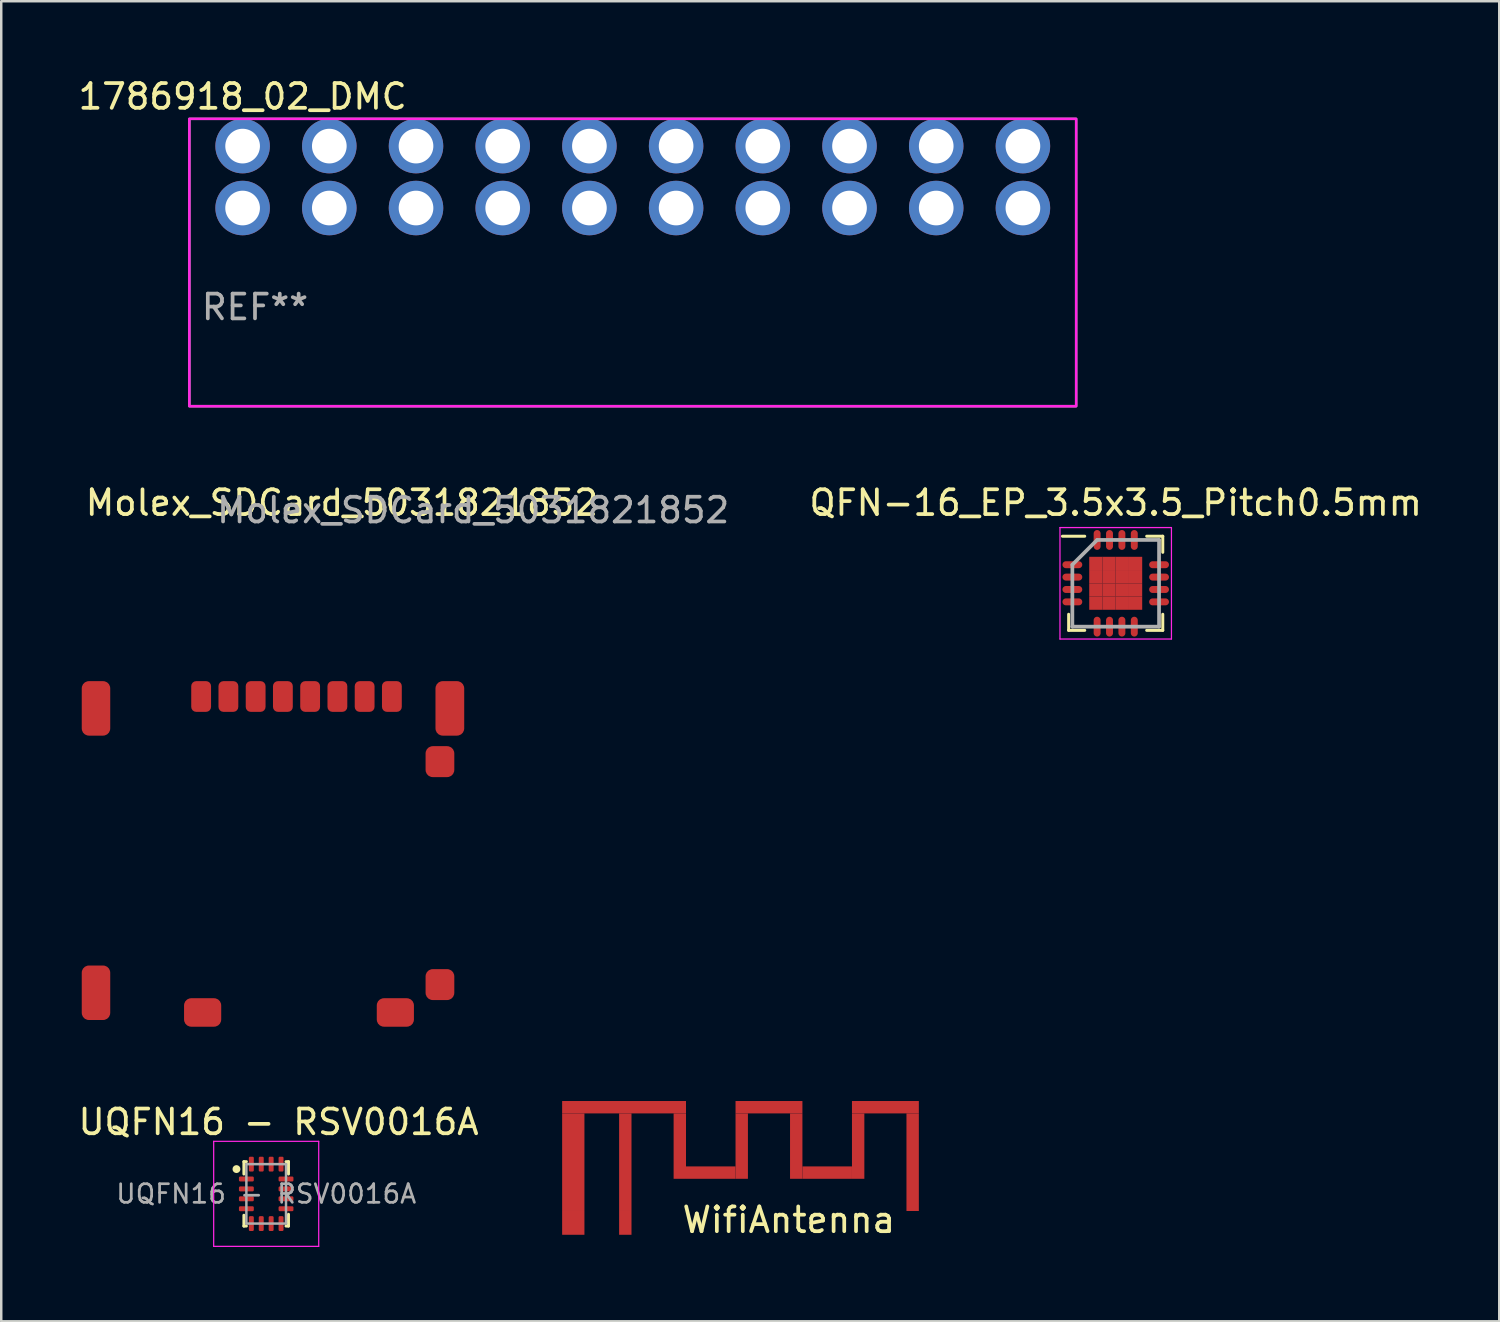
<source format=kicad_pcb>
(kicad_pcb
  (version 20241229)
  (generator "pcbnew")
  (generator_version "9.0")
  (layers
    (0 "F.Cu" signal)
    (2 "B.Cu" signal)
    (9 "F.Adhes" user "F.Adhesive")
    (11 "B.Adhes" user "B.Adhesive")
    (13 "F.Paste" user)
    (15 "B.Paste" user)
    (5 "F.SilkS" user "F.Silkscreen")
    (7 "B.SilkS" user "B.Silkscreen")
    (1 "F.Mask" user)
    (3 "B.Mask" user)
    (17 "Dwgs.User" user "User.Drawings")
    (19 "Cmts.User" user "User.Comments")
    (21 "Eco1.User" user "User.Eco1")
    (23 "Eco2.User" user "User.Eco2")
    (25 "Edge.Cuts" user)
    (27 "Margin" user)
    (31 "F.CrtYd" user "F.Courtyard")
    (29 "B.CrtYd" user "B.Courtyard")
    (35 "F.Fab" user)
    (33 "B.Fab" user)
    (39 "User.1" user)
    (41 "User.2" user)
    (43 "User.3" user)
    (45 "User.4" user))
  (footprint "1786918_02_DMC"
    (layer "F.Cu")
    (at 6.744 2.848)
    (property "Reference" "1786918_02_DMC" (at 0 -2 0) (unlocked yes) (layer "F.SilkS") (effects (font (size 1 1) (thickness 0.15))))
    (attr through_hole)
    (fp_rect (start -2.15 -1.1) (end 33.65 10.5) (stroke (width 0.1) (type solid)) (fill no) (layer "F.CrtYd"))
    (fp_rect (start -2.15 -1.1) (end 33.65 10.5) (stroke (width 0.1) (type solid)) (fill no) (layer "F.Fab"))
    (fp_text user "REF**" (at 0.5 6.5 0) (unlocked yes) (layer "F.Fab") (effects (font (size 1 1) (thickness 0.15))))
    (pad "1" thru_hole circle (at 0 0) (size 2.2 2.2) (drill 1.4) (layers "*.Cu" "*.Mask"))
    (pad "2" thru_hole circle (at 3.5 0) (size 2.2 2.2) (drill 1.4) (layers "*.Cu" "*.Mask"))
    (pad "3" thru_hole circle (at 7 0) (size 2.2 2.2) (drill 1.4) (layers "*.Cu" "*.Mask"))
    (pad "4" thru_hole circle (at 10.5 0) (size 2.2 2.2) (drill 1.4) (layers "*.Cu" "*.Mask"))
    (pad "5" thru_hole circle (at 14 0) (size 2.2 2.2) (drill 1.4) (layers "*.Cu" "*.Mask"))
    (pad "6" thru_hole circle (at 17.5 0) (size 2.2 2.2) (drill 1.4) (layers "*.Cu" "*.Mask"))
    (pad "7" thru_hole circle (at 21 0) (size 2.2 2.2) (drill 1.4) (layers "*.Cu" "*.Mask"))
    (pad "8" thru_hole circle (at 24.5 0) (size 2.2 2.2) (drill 1.4) (layers "*.Cu" "*.Mask"))
    (pad "9" thru_hole circle (at 28 0) (size 2.2 2.2) (drill 1.4) (layers "*.Cu" "*.Mask"))
    (pad "10" thru_hole circle (at 31.5 0) (size 2.2 2.2) (drill 1.4) (layers "*.Cu" "*.Mask"))
    (pad "11" thru_hole circle (at 0 2.5) (size 2.2 2.2) (drill 1.4) (layers "*.Cu" "*.Mask"))
    (pad "12" thru_hole circle (at 3.5 2.5) (size 2.2 2.2) (drill 1.4) (layers "*.Cu" "*.Mask"))
    (pad "13" thru_hole circle (at 7 2.5) (size 2.2 2.2) (drill 1.4) (layers "*.Cu" "*.Mask"))
    (pad "14" thru_hole circle (at 10.5 2.5) (size 2.2 2.2) (drill 1.4) (layers "*.Cu" "*.Mask"))
    (pad "15" thru_hole circle (at 14 2.5) (size 2.2 2.2) (drill 1.4) (layers "*.Cu" "*.Mask"))
    (pad "16" thru_hole circle (at 17.5 2.5) (size 2.2 2.2) (drill 1.4) (layers "*.Cu" "*.Mask"))
    (pad "17" thru_hole circle (at 21 2.5) (size 2.2 2.2) (drill 1.4) (layers "*.Cu" "*.Mask"))
    (pad "18" thru_hole circle (at 24.5 2.5) (size 2.2 2.2) (drill 1.4) (layers "*.Cu" "*.Mask"))
    (pad "19" thru_hole circle (at 28 2.5) (size 2.2 2.2) (drill 1.4) (layers "*.Cu" "*.Mask"))
    (pad "20" thru_hole circle (at 31.5 2.5) (size 2.2 2.2) (drill 1.4) (layers "*.Cu" "*.Mask")))
  (footprint "WifiAntenna"
    (layer "F.Cu")
    (at 19.643 46.797)
    (property "Reference" "WifiAntenna" (at 9.15 -0.6 0) (unlocked yes) (layer "F.SilkS") (effects (font (size 1 1) (thickness 0.15))))
    (attr smd)
    (fp_rect (start 0 -5.4) (end 5 -4.9) (stroke (width 0) (type solid)) (fill yes) (layer "F.Cu"))
    (fp_rect (start 0.9 -1) (end 0 -4.9) (stroke (width 0) (type solid)) (fill yes) (layer "F.Cu"))
    (fp_rect (start 2.8 -1) (end 2.3 -4.9) (stroke (width 0) (type solid)) (fill yes) (layer "F.Cu"))
    (fp_rect (start 4.5 -4.9) (end 5 -2.26) (stroke (width 0) (type solid)) (fill yes) (layer "F.Cu"))
    (fp_rect (start 5 -2.76) (end 7 -2.26) (stroke (width 0) (type solid)) (fill yes) (layer "F.Cu"))
    (fp_rect (start 7 -5.4) (end 9.7 -4.9) (stroke (width 0) (type solid)) (fill yes) (layer "F.Cu"))
    (fp_rect (start 7 -4.9) (end 7.5 -2.26) (stroke (width 0) (type solid)) (fill yes) (layer "F.Cu"))
    (fp_rect (start 9.2 -4.9) (end 9.7 -2.26) (stroke (width 0) (type solid)) (fill yes) (layer "F.Cu"))
    (fp_rect (start 9.7 -2.76) (end 11.7 -2.26) (stroke (width 0) (type solid)) (fill yes) (layer "F.Cu"))
    (fp_rect (start 11.7 -5.4) (end 14.4 -4.9) (stroke (width 0) (type solid)) (fill yes) (layer "F.Cu"))
    (fp_rect (start 11.7 -4.9) (end 12.2 -2.26) (stroke (width 0) (type solid)) (fill yes) (layer "F.Cu"))
    (fp_rect (start 13.9 -4.9) (end 14.4 -0.96) (stroke (width 0) (type solid)) (fill yes) (layer "F.Cu"))
    (pad "1" smd rect (at 2.55 -0.5) (size 0.5 1) (layers "F.Cu" "F.Mask" "F.Paste"))
    (pad "2" smd rect (at 0.45 -0.5) (size 0.9 1) (layers "F.Cu" "F.Mask" "F.Paste")))
  (footprint "Molex_SDCard_5031821852"
    (layer "F.Cu")
    (at 0.25 24.447)
    (property "Reference" "Molex_SDCard_5031821852" (at 10.5 -7.2 0) (unlocked yes) (layer "F.SilkS") (effects (font (size 1 1) (thickness 0.15))))
    (fp_text user "${REFERENCE}" (at 15.8 -6.9 0) (unlocked yes) (layer "F.Fab") (effects (font (size 1 1) (thickness 0.15))))
    (pad "1" smd roundrect (at 4.82 0.62) (size 0.8 1.24) (layers "F.Cu" "F.Mask" "F.Paste") (roundrect_rratio 0.25))
    (pad "2" smd roundrect (at 5.92 0.62) (size 0.8 1.24) (layers "F.Cu" "F.Mask" "F.Paste") (roundrect_rratio 0.25))
    (pad "3" smd roundrect (at 7.02 0.62) (size 0.8 1.24) (layers "F.Cu" "F.Mask" "F.Paste") (roundrect_rratio 0.25))
    (pad "4" smd roundrect (at 8.12 0.62) (size 0.8 1.24) (layers "F.Cu" "F.Mask" "F.Paste") (roundrect_rratio 0.25))
    (pad "5" smd roundrect (at 9.22 0.62) (size 0.8 1.24) (layers "F.Cu" "F.Mask" "F.Paste") (roundrect_rratio 0.25))
    (pad "6" smd roundrect (at 10.32 0.62) (size 0.8 1.24) (layers "F.Cu" "F.Mask" "F.Paste") (roundrect_rratio 0.25))
    (pad "7" smd roundrect (at 11.42 0.62) (size 0.8 1.24) (layers "F.Cu" "F.Mask" "F.Paste") (roundrect_rratio 0.25))
    (pad "8" smd roundrect (at 12.52 0.62) (size 0.8 1.24) (layers "F.Cu" "F.Mask" "F.Paste") (roundrect_rratio 0.25))
    (pad "9" smd roundrect (at 14.46 3.25) (size 1.16 1.25) (layers "F.Cu" "F.Mask" "F.Paste") (roundrect_rratio 0.25))
    (pad "10" smd roundrect (at 14.46 12.25) (size 1.16 1.25) (layers "F.Cu" "F.Mask" "F.Paste") (roundrect_rratio 0.25))
    (pad "11" smd roundrect (at 14.86 1.1) (size 1.16 2.2) (layers "F.Cu" "F.Mask" "F.Paste") (roundrect_rratio 0.25))
    (pad "12" smd roundrect (at 12.66 13.375) (size 1.5 1.15) (layers "F.Cu" "F.Mask" "F.Paste") (roundrect_rratio 0.25))
    (pad "13" smd roundrect (at 4.88 13.375) (size 1.5 1.15) (layers "F.Cu" "F.Mask" "F.Paste") (roundrect_rratio 0.25))
    (pad "14" smd roundrect (at 0.575 12.58) (size 1.15 2.2) (layers "F.Cu" "F.Mask" "F.Paste") (roundrect_rratio 0.25))
    (pad "15" smd roundrect (at 0.575 1.1) (size 1.15 2.2) (layers "F.Cu" "F.Mask" "F.Paste") (roundrect_rratio 0.25))
    (zone (net_name "") (layer "F.Cu") (hatch edge 0.508) (connect_pads) (min_thickness 0.254) (filled_areas_thickness no) (keepout (tracks not_allowed) (vias not_allowed) (pads not_allowed) (copperpour not_allowed) (footprints allowed)) (placement (enabled no)) (fill) (polygon (pts (xy 13.35 34.947) (xy 4.45 34.947) (xy 4.45 26.047) (xy 13.35 26.047)))))
  (footprint "UQFN16 - RSV0016A"
    (layer "F.Cu")
    (at 7.696 45.145)
    (property "Reference" "UQFN16 - RSV0016A" (at 0.5 -2.9 0) (unlocked yes) (layer "F.SilkS") (effects (font (size 1 1) (thickness 0.15))))
    (attr smd)
    (fp_line (start -0.9 -1.3) (end -0.9 -0.8) (stroke (width 0.12) (type solid)) (layer "F.SilkS"))
    (fp_line (start -0.9 -1.3) (end -0.8 -1.3) (stroke (width 0.12) (type solid)) (layer "F.SilkS"))
    (fp_line (start -0.9 1.3) (end -0.9 0.863) (stroke (width 0.12) (type solid)) (layer "F.SilkS"))
    (fp_line (start -0.8 1.3) (end -0.9 1.3) (stroke (width 0.12) (type solid)) (layer "F.SilkS"))
    (fp_line (start 0.8 -1.3) (end 0.9 -1.3) (stroke (width 0.12) (type solid)) (layer "F.SilkS"))
    (fp_line (start 0.8 1.3) (end 0.9 1.3) (stroke (width 0.12) (type solid)) (layer "F.SilkS"))
    (fp_line (start 0.9 -1.3) (end 0.9 -0.8) (stroke (width 0.12) (type solid)) (layer "F.SilkS"))
    (fp_line (start 0.9 1.3) (end 0.9 0.825) (stroke (width 0.12) (type solid)) (layer "F.SilkS"))
    (fp_circle (center -1.2 -1) (end -1.2 -1.1) (stroke (width 0.12) (type solid)) (fill no) (layer "F.SilkS"))
    (fp_circle (center -1.2 -1) (end -1.2 -1) (stroke (width 0.12) (type solid)) (fill no) (layer "F.SilkS"))
    (fp_line (start -2.12 -2.12) (end -2.12 2.12) (stroke (width 0.05) (type solid)) (layer "F.CrtYd"))
    (fp_line (start -2.12 2.12) (end 2.12 2.12) (stroke (width 0.05) (type solid)) (layer "F.CrtYd"))
    (fp_line (start 2.12 -2.12) (end -2.12 -2.12) (stroke (width 0.05) (type solid)) (layer "F.CrtYd"))
    (fp_line (start 2.12 2.12) (end 2.12 -2.12) (stroke (width 0.05) (type solid)) (layer "F.CrtYd"))
    (fp_line (start -0.8 1.2) (end -0.8 -1.2) (stroke (width 0.1) (type solid)) (layer "F.Fab"))
    (fp_line (start -0.8 1.2) (end 0.8 1.2) (stroke (width 0.1) (type solid)) (layer "F.Fab"))
    (fp_line (start 0.8 -1.2) (end -0.8 -1.2) (stroke (width 0.1) (type solid)) (layer "F.Fab"))
    (fp_line (start 0.8 -1.2) (end 0.8 1.2) (stroke (width 0.1) (type solid)) (layer "F.Fab"))
    (fp_text user "${REFERENCE}" (at 0 0 0) (layer "F.Fab") (effects (font (size 0.75 0.75) (thickness 0.11))))
    (pad "1" smd roundrect (at -0.8 -0.6) (size 0.6 0.2) (layers "F.Cu" "F.Mask" "F.Paste") (roundrect_rratio 0.25))
    (pad "2" smd roundrect (at -0.8 -0.2) (size 0.6 0.2) (layers "F.Cu" "F.Mask" "F.Paste") (roundrect_rratio 0.25))
    (pad "3" smd roundrect (at -0.8 0.2) (size 0.6 0.2) (layers "F.Cu" "F.Mask" "F.Paste") (roundrect_rratio 0.25))
    (pad "4" smd roundrect (at -0.8 0.6) (size 0.6 0.2) (layers "F.Cu" "F.Mask" "F.Paste") (roundrect_rratio 0.25))
    (pad "5" smd roundrect (at -0.6 1.2 90) (size 0.6 0.2) (layers "F.Cu" "F.Mask" "F.Paste") (roundrect_rratio 0.25))
    (pad "6" smd roundrect (at -0.2 1.2 90) (size 0.6 0.2) (layers "F.Cu" "F.Mask" "F.Paste") (roundrect_rratio 0.25))
    (pad "7" smd roundrect (at 0.2 1.2 90) (size 0.6 0.2) (layers "F.Cu" "F.Mask" "F.Paste") (roundrect_rratio 0.25))
    (pad "8" smd roundrect (at 0.6 1.2 90) (size 0.6 0.2) (layers "F.Cu" "F.Mask" "F.Paste") (roundrect_rratio 0.25))
    (pad "9" smd roundrect (at 0.8 0.6 180) (size 0.6 0.2) (layers "F.Cu" "F.Mask" "F.Paste") (roundrect_rratio 0.25))
    (pad "10" smd roundrect (at 0.8 0.2 180) (size 0.6 0.2) (layers "F.Cu" "F.Mask" "F.Paste") (roundrect_rratio 0.25))
    (pad "11" smd roundrect (at 0.8 -0.2 180) (size 0.6 0.2) (layers "F.Cu" "F.Mask" "F.Paste") (roundrect_rratio 0.25))
    (pad "12" smd roundrect (at 0.8 -0.6 180) (size 0.6 0.2) (layers "F.Cu" "F.Mask" "F.Paste") (roundrect_rratio 0.25))
    (pad "13" smd roundrect (at 0.6 -1.2 270) (size 0.6 0.2) (layers "F.Cu" "F.Mask" "F.Paste") (roundrect_rratio 0.25))
    (pad "14" smd roundrect (at 0.2 -1.2 270) (size 0.6 0.2) (layers "F.Cu" "F.Mask" "F.Paste") (roundrect_rratio 0.25))
    (pad "15" smd roundrect (at -0.2 -1.2 270) (size 0.6 0.2) (layers "F.Cu" "F.Mask" "F.Paste") (roundrect_rratio 0.25))
    (pad "16" smd roundrect (at -0.6 -1.2 270) (size 0.6 0.2) (layers "F.Cu" "F.Mask" "F.Paste") (roundrect_rratio 0.25)))
  (footprint "QFN-16_EP_3.5x3.5_Pitch0.5mm"
    (layer "F.Cu")
    (at 41.99 20.497)
    (property "Reference" "QFN-16_EP_3.5x3.5_Pitch0.5mm" (at 0 -3.25 0) (layer "F.SilkS") (effects (font (size 1 1) (thickness 0.15))))
    (attr through_hole)
    (fp_line (start -1.9 1.9) (end -1.9 1.25) (stroke (width 0.12) (type solid)) (layer "F.SilkS"))
    (fp_line (start -1.25 -1.9) (end -2.15 -1.9) (stroke (width 0.12) (type solid)) (layer "F.SilkS"))
    (fp_line (start -1.25 1.9) (end -1.9 1.9) (stroke (width 0.12) (type solid)) (layer "F.SilkS"))
    (fp_line (start 1.25 -1.9) (end 1.9 -1.9) (stroke (width 0.12) (type solid)) (layer "F.SilkS"))
    (fp_line (start 1.25 1.9) (end 1.9 1.9) (stroke (width 0.12) (type solid)) (layer "F.SilkS"))
    (fp_line (start 1.9 -1.9) (end 1.9 -1.25) (stroke (width 0.12) (type solid)) (layer "F.SilkS"))
    (fp_line (start 1.9 1.9) (end 1.9 1.25) (stroke (width 0.12) (type solid)) (layer "F.SilkS"))
    (fp_line (start -2.25 -2.25) (end 2.25 -2.25) (stroke (width 0.05) (type solid)) (layer "F.CrtYd"))
    (fp_line (start -2.25 2.25) (end -2.25 -2.25) (stroke (width 0.05) (type solid)) (layer "F.CrtYd"))
    (fp_line (start 2.25 -2.25) (end 2.25 2.25) (stroke (width 0.05) (type solid)) (layer "F.CrtYd"))
    (fp_line (start 2.25 2.25) (end -2.25 2.25) (stroke (width 0.05) (type solid)) (layer "F.CrtYd"))
    (fp_line (start -1.75 -0.75) (end -1.75 1.75) (stroke (width 0.15) (type solid)) (layer "F.Fab"))
    (fp_line (start -1.75 1.75) (end 1.75 1.75) (stroke (width 0.15) (type solid)) (layer "F.Fab"))
    (fp_line (start -0.75 -1.75) (end -1.75 -0.75) (stroke (width 0.15) (type solid)) (layer "F.Fab"))
    (fp_line (start 1.75 -1.75) (end -0.75 -1.75) (stroke (width 0.15) (type solid)) (layer "F.Fab"))
    (fp_line (start 1.75 1.75) (end 1.75 -1.75) (stroke (width 0.15) (type solid)) (layer "F.Fab"))
    (pad "1" smd oval (at -1.75 -0.75 90) (size 0.28 0.8) (layers "F.Cu" "F.Mask" "F.Paste"))
    (pad "2" smd oval (at -1.75 -0.25 90) (size 0.28 0.8) (layers "F.Cu" "F.Mask" "F.Paste"))
    (pad "3" smd oval (at -1.75 0.25 90) (size 0.28 0.8) (layers "F.Cu" "F.Mask" "F.Paste"))
    (pad "4" smd oval (at -1.75 0.75 90) (size 0.28 0.8) (layers "F.Cu" "F.Mask" "F.Paste"))
    (pad "5" smd oval (at -0.75 1.75) (size 0.28 0.8) (layers "F.Cu" "F.Mask" "F.Paste"))
    (pad "6" smd oval (at -0.25 1.75) (size 0.28 0.8) (layers "F.Cu" "F.Mask" "F.Paste"))
    (pad "7" smd oval (at 0.25 1.75) (size 0.28 0.8) (layers "F.Cu" "F.Mask" "F.Paste"))
    (pad "8" smd oval (at 0.75 1.75) (size 0.28 0.8) (layers "F.Cu" "F.Mask" "F.Paste"))
    (pad "9" smd oval (at 1.75 0.75 90) (size 0.28 0.8) (layers "F.Cu" "F.Mask" "F.Paste"))
    (pad "10" smd oval (at 1.75 0.25 90) (size 0.28 0.8) (layers "F.Cu" "F.Mask" "F.Paste"))
    (pad "11" smd oval (at 1.75 -0.25 90) (size 0.28 0.8) (layers "F.Cu" "F.Mask" "F.Paste"))
    (pad "12" smd oval (at 1.75 -0.75 90) (size 0.28 0.8) (layers "F.Cu" "F.Mask" "F.Paste"))
    (pad "13" smd oval (at 0.75 -1.75) (size 0.28 0.8) (layers "F.Cu" "F.Mask" "F.Paste"))
    (pad "14" smd oval (at 0.25 -1.75) (size 0.28 0.8) (layers "F.Cu" "F.Mask" "F.Paste"))
    (pad "15" smd oval (at -0.25 -1.75) (size 0.28 0.8) (layers "F.Cu" "F.Mask" "F.Paste"))
    (pad "16" smd oval (at -0.75 -1.75) (size 0.28 0.8) (layers "F.Cu" "F.Mask" "F.Paste"))
    (pad "17" smd rect (at -0.802 -0.802) (size 0.535 0.535) (layers "F.Cu" "F.Mask" "F.Paste"))
    (pad "17" smd rect (at -0.802 -0.268) (size 0.535 0.535) (layers "F.Cu" "F.Mask" "F.Paste"))
    (pad "17" smd rect (at -0.802 0.268) (size 0.535 0.535) (layers "F.Cu" "F.Mask" "F.Paste"))
    (pad "17" smd rect (at -0.802 0.802) (size 0.535 0.535) (layers "F.Cu" "F.Mask" "F.Paste"))
    (pad "17" smd rect (at -0.268 -0.802) (size 0.535 0.535) (layers "F.Cu" "F.Mask" "F.Paste"))
    (pad "17" smd rect (at -0.268 -0.268) (size 0.535 0.535) (layers "F.Cu" "F.Mask" "F.Paste"))
    (pad "17" smd rect (at -0.268 0.268) (size 0.535 0.535) (layers "F.Cu" "F.Mask" "F.Paste"))
    (pad "17" smd rect (at -0.268 0.802) (size 0.535 0.535) (layers "F.Cu" "F.Mask" "F.Paste"))
    (pad "17" smd rect (at 0.268 -0.802) (size 0.535 0.535) (layers "F.Cu" "F.Mask" "F.Paste"))
    (pad "17" smd rect (at 0.268 -0.268) (size 0.535 0.535) (layers "F.Cu" "F.Mask" "F.Paste"))
    (pad "17" smd rect (at 0.268 0.268) (size 0.535 0.535) (layers "F.Cu" "F.Mask" "F.Paste"))
    (pad "17" smd rect (at 0.268 0.802) (size 0.535 0.535) (layers "F.Cu" "F.Mask" "F.Paste"))
    (pad "17" smd rect (at 0.802 -0.802) (size 0.535 0.535) (layers "F.Cu" "F.Mask" "F.Paste"))
    (pad "17" smd rect (at 0.802 -0.268) (size 0.535 0.535) (layers "F.Cu" "F.Mask" "F.Paste"))
    (pad "17" smd rect (at 0.802 0.268) (size 0.535 0.535) (layers "F.Cu" "F.Mask" "F.Paste"))
    (pad "17" smd rect (at 0.802 0.802) (size 0.535 0.535) (layers "F.Cu" "F.Mask" "F.Paste")))
  (gr_rect
    (start -3 -3)
    (end 57.473 50.29)
    (stroke (width 0.1) (type default))
    (fill no)
    (layer "Edge.Cuts")))
</source>
